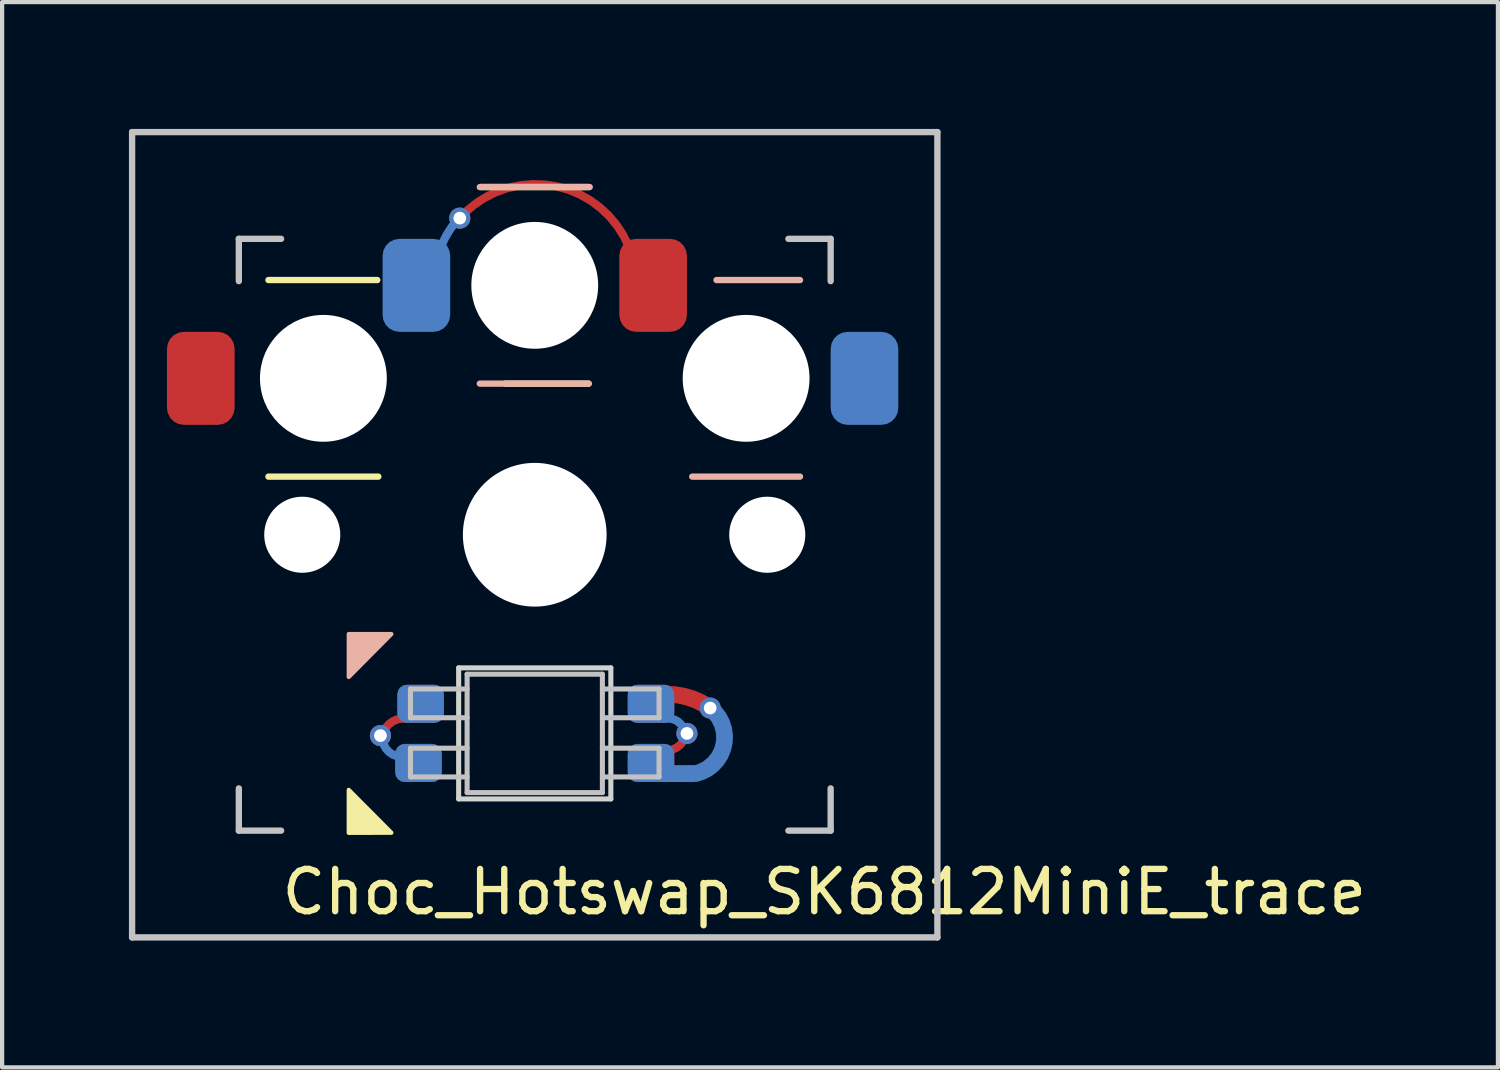
<source format=kicad_pcb>
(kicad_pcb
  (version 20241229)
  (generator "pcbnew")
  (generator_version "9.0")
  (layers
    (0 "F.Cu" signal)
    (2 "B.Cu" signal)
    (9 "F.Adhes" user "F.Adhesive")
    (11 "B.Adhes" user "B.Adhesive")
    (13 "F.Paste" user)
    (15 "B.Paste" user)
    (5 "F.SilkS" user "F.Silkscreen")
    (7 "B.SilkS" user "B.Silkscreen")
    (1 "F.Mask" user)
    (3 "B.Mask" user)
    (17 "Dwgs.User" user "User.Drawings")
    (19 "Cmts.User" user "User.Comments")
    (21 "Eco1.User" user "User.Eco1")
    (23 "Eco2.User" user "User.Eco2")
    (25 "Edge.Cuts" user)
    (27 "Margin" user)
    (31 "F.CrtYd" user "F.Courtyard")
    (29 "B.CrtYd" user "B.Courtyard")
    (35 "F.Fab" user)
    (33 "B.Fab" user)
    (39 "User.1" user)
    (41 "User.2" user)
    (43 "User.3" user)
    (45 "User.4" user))
  (footprint "Choc_Hotswap_SK6812MiniE_trace"
    (layer "F.Cu")
    (at 9.6 9.6)
    (property "Reference" "Choc_Hotswap_SK6812MiniE_trace" (at 6.85 8.45 180) (layer "F.SilkS") (effects (font (size 1 1) (thickness 0.15))))
    (attr through_hole)
    (fp_line (start -6.3 -6.025) (end -3.725 -6.025) (stroke (width 0.15) (type solid)) (layer "F.SilkS"))
    (fp_line (start -6.3 -1.375) (end -3.7 -1.375) (stroke (width 0.15) (type solid)) (layer "F.SilkS"))
    (fp_line (start -1.275 -8.225) (end 1.275 -8.225) (stroke (width 0.15) (type solid)) (layer "F.SilkS"))
    (fp_line (start -0.7 -3.575) (end 1.275 -3.575) (stroke (width 0.15) (type solid)) (layer "F.SilkS"))
    (fp_poly (pts (xy -3.392 7.049) (xy -4.4 7.052) (xy -4.4 6.036)) (stroke (width 0.1) (type solid)) (fill yes) (layer "F.SilkS"))
    (fp_line (start -1.3 -8.225) (end 1.3 -8.225) (stroke (width 0.15) (type solid)) (layer "B.SilkS"))
    (fp_line (start -1.3 -3.575) (end 1.275 -3.575) (stroke (width 0.15) (type solid)) (layer "B.SilkS"))
    (fp_line (start 3.725 -1.375) (end 6.275 -1.375) (stroke (width 0.15) (type solid)) (layer "B.SilkS"))
    (fp_line (start 4.3 -6.025) (end 6.275 -6.025) (stroke (width 0.15) (type solid)) (layer "B.SilkS"))
    (fp_poly (pts (xy -4.4 3.365) (xy -4.4 2.349) (xy -3.392 2.349)) (stroke (width 0.1) (type solid)) (fill yes) (layer "B.SilkS"))
    (fp_line (start -9.525 -9.525) (end 9.525 -9.525) (stroke (width 0.15) (type solid)) (layer "Dwgs.User"))
    (fp_line (start -9.525 9.525) (end -9.525 -9.525) (stroke (width 0.15) (type solid)) (layer "Dwgs.User"))
    (fp_line (start -7 -7) (end -7 -6) (stroke (width 0.15) (type solid)) (layer "Dwgs.User"))
    (fp_line (start -7 6) (end -7 7) (stroke (width 0.15) (type solid)) (layer "Dwgs.User"))
    (fp_line (start -7 7) (end -6 7) (stroke (width 0.15) (type solid)) (layer "Dwgs.User"))
    (fp_line (start -6 -7) (end -7 -7) (stroke (width 0.15) (type solid)) (layer "Dwgs.User"))
    (fp_line (start -2.94 3.649) (end -2.94 4.329) (stroke (width 0.12) (type solid)) (layer "Dwgs.User"))
    (fp_line (start -2.94 4.329) (end -1.6 4.329) (stroke (width 0.12) (type solid)) (layer "Dwgs.User"))
    (fp_line (start -2.94 5.049) (end -2.94 5.729) (stroke (width 0.12) (type solid)) (layer "Dwgs.User"))
    (fp_line (start -2.94 5.729) (end -1.6 5.729) (stroke (width 0.12) (type solid)) (layer "Dwgs.User"))
    (fp_line (start -1.6 3.299) (end -1.6 6.099) (stroke (width 0.12) (type solid)) (layer "Dwgs.User"))
    (fp_line (start -1.6 3.299) (end 1.6 3.299) (stroke (width 0.12) (type solid)) (layer "Dwgs.User"))
    (fp_line (start -1.6 3.649) (end -2.94 3.649) (stroke (width 0.12) (type solid)) (layer "Dwgs.User"))
    (fp_line (start -1.6 5.049) (end -2.94 5.049) (stroke (width 0.12) (type solid)) (layer "Dwgs.User"))
    (fp_line (start -1.6 6.099) (end 1.6 6.099) (stroke (width 0.12) (type solid)) (layer "Dwgs.User"))
    (fp_line (start 1.6 3.299) (end 1.6 6.099) (stroke (width 0.12) (type solid)) (layer "Dwgs.User"))
    (fp_line (start 1.6 4.329) (end 2.94 4.329) (stroke (width 0.12) (type solid)) (layer "Dwgs.User"))
    (fp_line (start 1.6 5.729) (end 2.94 5.729) (stroke (width 0.12) (type solid)) (layer "Dwgs.User"))
    (fp_line (start 2.94 3.649) (end 1.6 3.649) (stroke (width 0.12) (type solid)) (layer "Dwgs.User"))
    (fp_line (start 2.94 4.329) (end 2.94 3.649) (stroke (width 0.12) (type solid)) (layer "Dwgs.User"))
    (fp_line (start 2.94 5.049) (end 1.6 5.049) (stroke (width 0.12) (type solid)) (layer "Dwgs.User"))
    (fp_line (start 2.94 5.729) (end 2.94 5.049) (stroke (width 0.12) (type solid)) (layer "Dwgs.User"))
    (fp_line (start 6 -7) (end 7 -7) (stroke (width 0.15) (type solid)) (layer "Dwgs.User"))
    (fp_line (start 7 -7) (end 7 -6) (stroke (width 0.15) (type solid)) (layer "Dwgs.User"))
    (fp_line (start 7 6) (end 7 7) (stroke (width 0.15) (type solid)) (layer "Dwgs.User"))
    (fp_line (start 7 7) (end 6 7) (stroke (width 0.15) (type solid)) (layer "Dwgs.User"))
    (fp_line (start 9.525 -9.525) (end 9.525 9.525) (stroke (width 0.15) (type solid)) (layer "Dwgs.User"))
    (fp_line (start 9.525 9.525) (end -9.525 9.525) (stroke (width 0.15) (type solid)) (layer "Dwgs.User"))
    (fp_line (start -1.8 3.149) (end -1.8 6.249) (stroke (width 0.12) (type solid)) (layer "Edge.Cuts"))
    (fp_line (start -1.8 6.249) (end 1.8 6.249) (stroke (width 0.12) (type solid)) (layer "Edge.Cuts"))
    (fp_line (start 1.8 3.149) (end -1.8 3.149) (stroke (width 0.12) (type solid)) (layer "Edge.Cuts"))
    (fp_line (start 1.8 6.249) (end 1.8 3.149) (stroke (width 0.12) (type solid)) (layer "Edge.Cuts"))
    (pad "" np_thru_hole circle (at -5.5 0 270) (size 1.8 1.8) (drill 1.8) (layers "*.Cu" "*.Mask"))
    (pad "" np_thru_hole circle (at -5 -3.7 90) (size 3 3) (drill 3) (layers "*.Cu" "*.Mask"))
    (pad "" np_thru_hole circle (at 0 -5.9 270) (size 3 3) (drill 3) (layers "*.Cu" "*.Mask"))
    (pad "" np_thru_hole circle (at 0 0 270) (size 3.4 3.4) (drill 3.4) (layers "*.Cu" "*.Mask"))
    (pad "" np_thru_hole circle (at 5 -3.7 270) (size 3 3) (drill 3) (layers "*.Cu" "*.Mask"))
    (pad "" np_thru_hole circle (at 5.5 0 270) (size 1.8 1.8) (drill 1.8) (layers "*.Cu" "*.Mask"))
    (pad "1" smd roundrect (at 2.75 3.999) (size 1.1 0.9) (layers "F.Cu" "F.Mask" "F.Paste") (roundrect_rratio 0.25))
    (pad "1" smd roundrect (at 2.75 5.399) (size 1.1 0.9) (layers "B.Cu" "B.Mask" "B.Paste") (roundrect_rratio 0.25))
    (pad "1" smd custom (at 3.564 3.88) (size 0.2 0.2) (layers "F.Cu") (options (anchor circle)) (primitives (gr_arc (start -0.489297 -0.106117) (mid 0.065361 -0.032728) (end 0.569982 0.208909) (width 0.4))))
    (pad "1" thru_hole circle (at 4.15 4.1) (size 0.5 0.5) (drill 0.3) (layers "*.Cu"))
    (pad "1" smd custom (at 4.3 5.2) (size 0.224 0.224) (layers "B.Cu") (options (anchor circle)) (primitives (gr_arc (start -0.15 -1.1) (mid 0.168602 -0.215125) (end -0.496983 0.449336) (width 0.4)) (gr_line (start -0.55 0.45) (end -1.4 0.449) (width 0.4))))
    (pad "2" smd roundrect (at 2.75 3.999) (size 1.1 0.9) (layers "B.Cu" "B.Mask" "B.Paste") (roundrect_rratio 0.25))
    (pad "2" smd roundrect (at 2.75 5.399) (size 1.1 0.9) (layers "F.Cu" "F.Mask" "F.Paste") (roundrect_rratio 0.25))
    (pad "2" smd custom (at 3.4 4.45) (size 0.15 0.15) (layers "B.Cu") (options (anchor circle)) (primitives (gr_arc (start -0.3 -0.1) (mid 0.025287 0.001308) (end 0.150437 0.318188) (width 0.2)) (gr_poly (pts (xy -0.075 -0.037) (xy -0.072 -0.052) (xy -0.064 -0.064) (xy -0.052 -0.072) (xy -0.037 -0.075) (xy 0.037 -0.075) (xy 0.052 -0.072) (xy 0.064 -0.064) (xy 0.072 -0.052) (xy 0.075 -0.037) (xy 0.075 0.037) (xy 0.072 0.052) (xy 0.064 0.064) (xy 0.052 0.072) (xy 0.037 0.075) (xy -0.037 0.075) (xy -0.052 0.072) (xy -0.064 0.064) (xy -0.072 0.052) (xy -0.075 0.037)) (width 0) (fill yes))))
    (pad "2" smd custom (at 3.4 5) (size 0.1 0.1) (layers "F.Cu") (options (anchor circle)) (primitives (gr_arc (start 0.15 -0.2) (mid -0.045474 0.035812) (end -0.34486 0.100505) (width 0.2))))
    (pad "2" thru_hole circle (at 3.6 4.7) (size 0.5 0.5) (drill 0.3) (layers "*.Cu"))
    (pad "3" smd roundrect (at -2.75 5.399) (size 1.1 0.9) (layers "F.Cu" "F.Mask" "F.Paste") (roundrect_rratio 0.25))
    (pad "3" smd roundrect (at -2.7 3.999) (size 1.1 0.9) (layers "B.Cu" "B.Mask" "B.Paste") (roundrect_rratio 0.25))
    (pad "4" thru_hole circle (at -3.65 4.751) (size 0.5 0.5) (drill 0.3) (layers "*.Cu"))
    (pad "4" smd custom (at -3.45 5.15) (size 0.174 0.174) (layers "B.Cu") (options (anchor circle)) (primitives (gr_arc (start 0.3 0.1) (mid -0.035814 -0.049866) (end -0.15006 -0.399406) (width 0.2))))
    (pad "4" smd custom (at -3.4 4.45) (size 0.1 0.1) (layers "F.Cu") (options (anchor circle)) (primitives (gr_poly (pts (xy -0.05 -0.025) (xy -0.048 -0.035) (xy -0.043 -0.043) (xy -0.035 -0.048) (xy -0.025 -0.05) (xy 0.025 -0.05) (xy 0.035 -0.048) (xy 0.043 -0.043) (xy 0.048 -0.035) (xy 0.05 -0.025) (xy 0.05 0.025) (xy 0.048 0.035) (xy 0.043 0.043) (xy 0.035 0.048) (xy 0.025 0.05) (xy -0.025 0.05) (xy -0.035 0.048) (xy -0.043 0.043) (xy -0.048 0.035) (xy -0.05 0.025)) (width 0) (fill yes)) (gr_arc (start -0.2 0.3) (mid -0.003566 -0.005082) (end 0.346553 -0.100362) (width 0.2))))
    (pad "4" smd roundrect (at -2.75 5.399) (size 1.1 0.9) (layers "B.Cu" "B.Mask" "B.Paste") (roundrect_rratio 0.25))
    (pad "4" smd roundrect (at -2.7 3.999) (size 1.1 0.9) (layers "F.Cu" "F.Mask" "F.Paste") (roundrect_rratio 0.25))
    (pad "5" smd roundrect (at -2.8 -5.9) (size 1.6 2.2) (layers "B.Cu" "B.Mask" "B.Paste") (roundrect_rratio 0.25))
    (pad "5" smd custom (at -2.1 -7.1) (size 0.1 0.1) (layers "B.Cu") (options (anchor circle)) (primitives (gr_arc (start -0.3 1.2) (mid -0.142091 0.343829) (end 0.310858 -0.399678) (width 0.2))))
    (pad "5" thru_hole circle (at -1.773 -7.49) (size 0.5 0.5) (drill 0.3) (layers "*.Cu"))
    (pad "5" smd custom (at 1.45 -7.8) (size 0.1 0.1) (layers "F.Cu") (options (anchor circle)) (primitives (gr_arc (start -3.222508 0.31029) (mid -0.653601 -0.360261) (end 0.950832 1.755092) (width 0.2))))
    (pad "5" smd roundrect (at 2.8 -5.9) (size 1.6 2.2) (layers "F.Cu" "F.Mask" "F.Paste") (roundrect_rratio 0.25))
    (pad "6" smd roundrect (at -7.9 -3.7) (size 1.6 2.2) (layers "F.Cu" "F.Mask" "F.Paste") (roundrect_rratio 0.25))
    (pad "6" smd roundrect (at 7.8 -3.7) (size 1.6 2.2) (layers "B.Cu" "B.Mask" "B.Paste") (roundrect_rratio 0.25)))
  (gr_rect
    (start -3 -3)
    (end 32.385 22.2)
    (stroke (width 0.1) (type default))
    (fill no)
    (layer "Edge.Cuts")))
</source>
